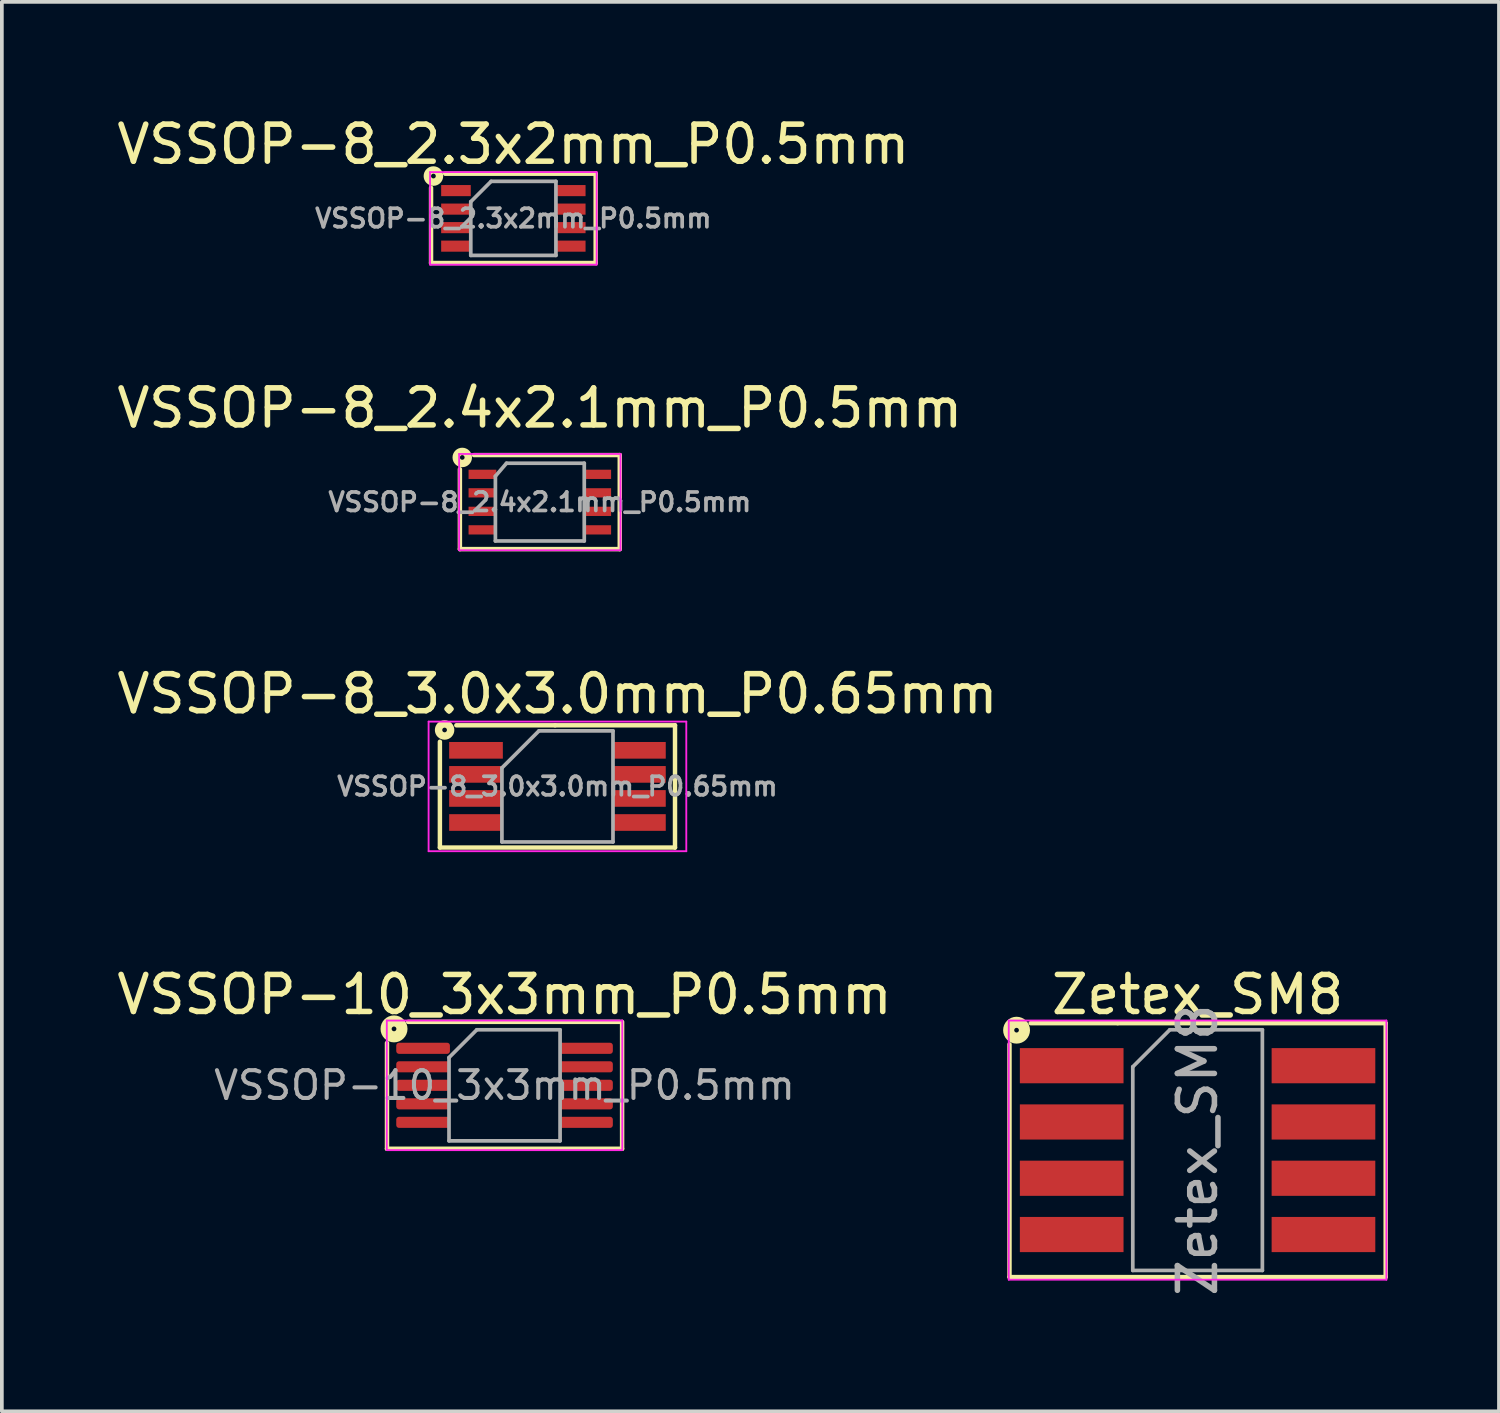
<source format=kicad_pcb>
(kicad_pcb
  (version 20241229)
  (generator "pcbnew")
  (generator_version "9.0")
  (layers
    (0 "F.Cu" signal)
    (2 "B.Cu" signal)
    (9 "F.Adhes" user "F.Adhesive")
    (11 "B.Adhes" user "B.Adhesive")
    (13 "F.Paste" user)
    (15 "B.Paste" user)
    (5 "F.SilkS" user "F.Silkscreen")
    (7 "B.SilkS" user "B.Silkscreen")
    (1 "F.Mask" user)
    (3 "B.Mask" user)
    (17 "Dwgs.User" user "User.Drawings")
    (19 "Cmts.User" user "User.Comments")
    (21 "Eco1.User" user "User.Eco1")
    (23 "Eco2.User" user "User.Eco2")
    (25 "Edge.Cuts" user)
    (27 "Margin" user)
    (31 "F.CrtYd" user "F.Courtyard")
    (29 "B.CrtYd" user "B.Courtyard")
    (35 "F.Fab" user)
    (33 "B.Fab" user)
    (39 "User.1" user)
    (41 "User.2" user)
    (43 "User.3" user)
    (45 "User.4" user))
  (footprint "VSSOP-8_2.3x2mm_P0.5mm"
    (layer "F.Cu")
    (at 10.815 2.848)
    (property "Reference" "VSSOP-8_2.3x2mm_P0.5mm" (at 0 -2 0) (layer "F.SilkS") (effects (font (size 1 1) (thickness 0.15))))
    (attr smd)
    (fp_line (start -2.223 -0.826) (end -2.223 1.206) (stroke (width 0.12) (type solid)) (layer "F.SilkS"))
    (fp_line (start -2.223 1.206) (end 2.223 1.206) (stroke (width 0.12) (type solid)) (layer "F.SilkS"))
    (fp_line (start 2.223 -1.206) (end -1.841 -1.206) (stroke (width 0.12) (type solid)) (layer "F.SilkS"))
    (fp_line (start 2.223 1.206) (end 2.223 -1.206) (stroke (width 0.12) (type solid)) (layer "F.SilkS"))
    (fp_circle (center -2.159 -1.143) (end -2.095 -1.143) (stroke (width 0.2) (type solid)) (fill no) (layer "F.SilkS"))
    (fp_line (start -2.25 -1.25) (end 2.25 -1.25) (stroke (width 0.05) (type solid)) (layer "F.CrtYd"))
    (fp_line (start -2.25 1.25) (end -2.25 -1.25) (stroke (width 0.05) (type solid)) (layer "F.CrtYd"))
    (fp_line (start 2.25 -1.25) (end 2.25 1.25) (stroke (width 0.05) (type solid)) (layer "F.CrtYd"))
    (fp_line (start 2.25 1.25) (end -2.25 1.25) (stroke (width 0.05) (type solid)) (layer "F.CrtYd"))
    (fp_line (start -1.15 1) (end -1.15 -0.45) (stroke (width 0.1) (type solid)) (layer "F.Fab"))
    (fp_line (start -0.6 -1) (end -1.15 -0.45) (stroke (width 0.1) (type solid)) (layer "F.Fab"))
    (fp_line (start -0.6 -1) (end 1.15 -1) (stroke (width 0.1) (type solid)) (layer "F.Fab"))
    (fp_line (start 1.15 -1) (end 1.15 1) (stroke (width 0.1) (type solid)) (layer "F.Fab"))
    (fp_line (start 1.15 1) (end -1.15 1) (stroke (width 0.1) (type solid)) (layer "F.Fab"))
    (fp_text user "${REFERENCE}" (at 0 0 0) (layer "F.Fab") (effects (font (size 0.5 0.5) (thickness 0.1))))
    (pad "1" smd rect (at -1.55 -0.75 270) (size 0.3 0.8) (layers "F.Cu" "F.Mask" "F.Paste"))
    (pad "2" smd rect (at -1.55 -0.25 270) (size 0.3 0.8) (layers "F.Cu" "F.Mask" "F.Paste"))
    (pad "3" smd rect (at -1.55 0.25 270) (size 0.3 0.8) (layers "F.Cu" "F.Mask" "F.Paste"))
    (pad "4" smd rect (at -1.55 0.75 270) (size 0.3 0.8) (layers "F.Cu" "F.Mask" "F.Paste"))
    (pad "5" smd rect (at 1.55 0.75 270) (size 0.3 0.8) (layers "F.Cu" "F.Mask" "F.Paste"))
    (pad "6" smd rect (at 1.55 0.25 270) (size 0.3 0.8) (layers "F.Cu" "F.Mask" "F.Paste"))
    (pad "7" smd rect (at 1.55 -0.25 270) (size 0.3 0.8) (layers "F.Cu" "F.Mask" "F.Paste"))
    (pad "8" smd rect (at 1.55 -0.75 270) (size 0.3 0.8) (layers "F.Cu" "F.Mask" "F.Paste")))
  (footprint "VSSOP-8_2.4x2.1mm_P0.5mm"
    (layer "F.Cu")
    (at 11.53 10.511)
    (property "Reference" "VSSOP-8_2.4x2.1mm_P0.5mm" (at 0 -2.54 0) (layer "F.SilkS") (effects (font (size 1 1) (thickness 0.15))))
    (attr smd)
    (fp_line (start -2.159 -0.889) (end -2.159 1.27) (stroke (width 0.12) (type solid)) (layer "F.SilkS"))
    (fp_line (start -2.159 1.27) (end 2.159 1.27) (stroke (width 0.12) (type solid)) (layer "F.SilkS"))
    (fp_line (start 2.159 -1.27) (end -1.778 -1.27) (stroke (width 0.12) (type solid)) (layer "F.SilkS"))
    (fp_line (start 2.159 1.27) (end 2.159 -1.27) (stroke (width 0.12) (type solid)) (layer "F.SilkS"))
    (fp_circle (center -2.095 -1.206) (end -2.032 -1.206) (stroke (width 0.2) (type solid)) (fill no) (layer "F.SilkS"))
    (fp_line (start -2.18 -1.3) (end 2.18 -1.3) (stroke (width 0.05) (type solid)) (layer "F.CrtYd"))
    (fp_line (start -2.18 1.3) (end -2.18 -1.3) (stroke (width 0.05) (type solid)) (layer "F.CrtYd"))
    (fp_line (start 2.18 -1.3) (end 2.18 1.3) (stroke (width 0.05) (type solid)) (layer "F.CrtYd"))
    (fp_line (start 2.18 1.3) (end -2.18 1.3) (stroke (width 0.05) (type solid)) (layer "F.CrtYd"))
    (fp_line (start -1.2 -0.7) (end -1.2 1.05) (stroke (width 0.1) (type solid)) (layer "F.Fab"))
    (fp_line (start -1.2 1.05) (end 1.2 1.05) (stroke (width 0.1) (type solid)) (layer "F.Fab"))
    (fp_line (start -0.9 -1.05) (end -1.2 -0.7) (stroke (width 0.1) (type solid)) (layer "F.Fab"))
    (fp_line (start 1.2 -1.05) (end -0.9 -1.05) (stroke (width 0.1) (type solid)) (layer "F.Fab"))
    (fp_line (start 1.2 1.05) (end 1.2 -1.05) (stroke (width 0.1) (type solid)) (layer "F.Fab"))
    (fp_text user "${REFERENCE}" (at 0 0 0) (layer "F.Fab") (effects (font (size 0.5 0.5) (thickness 0.1))))
    (pad "1" smd rect (at -1.55 -0.75) (size 0.75 0.25) (layers "F.Cu" "F.Mask" "F.Paste"))
    (pad "2" smd rect (at -1.55 -0.25) (size 0.75 0.25) (layers "F.Cu" "F.Mask" "F.Paste"))
    (pad "3" smd rect (at -1.55 0.25) (size 0.75 0.25) (layers "F.Cu" "F.Mask" "F.Paste"))
    (pad "4" smd rect (at -1.55 0.75) (size 0.75 0.25) (layers "F.Cu" "F.Mask" "F.Paste"))
    (pad "5" smd rect (at 1.55 0.75) (size 0.75 0.25) (layers "F.Cu" "F.Mask" "F.Paste"))
    (pad "6" smd rect (at 1.55 0.25) (size 0.75 0.25) (layers "F.Cu" "F.Mask" "F.Paste"))
    (pad "7" smd rect (at 1.55 -0.25) (size 0.75 0.25) (layers "F.Cu" "F.Mask" "F.Paste"))
    (pad "8" smd rect (at 1.55 -0.75) (size 0.75 0.25) (layers "F.Cu" "F.Mask" "F.Paste")))
  (footprint "VSSOP-10_3x3mm_P0.5mm"
    (layer "F.Cu")
    (at 10.577 26.263)
    (property "Reference" "VSSOP-10_3x3mm_P0.5mm" (at 0 -2.45 0) (layer "F.SilkS") (effects (font (size 1 1) (thickness 0.15))))
    (attr smd)
    (fp_line (start -3.175 -1.143) (end -3.175 1.714) (stroke (width 0.12) (type solid)) (layer "F.SilkS"))
    (fp_line (start -3.175 1.714) (end 3.175 1.714) (stroke (width 0.12) (type solid)) (layer "F.SilkS"))
    (fp_line (start 3.111 -1.714) (end -2.603 -1.714) (stroke (width 0.12) (type solid)) (layer "F.SilkS"))
    (fp_line (start 3.175 1.714) (end 3.175 -1.714) (stroke (width 0.12) (type solid)) (layer "F.SilkS"))
    (fp_circle (center -2.985 -1.524) (end -2.921 -1.524) (stroke (width 0.3) (type solid)) (fill no) (layer "F.SilkS"))
    (fp_line (start -3.18 -1.75) (end -3.18 1.75) (stroke (width 0.05) (type solid)) (layer "F.CrtYd"))
    (fp_line (start -3.18 1.75) (end 3.18 1.75) (stroke (width 0.05) (type solid)) (layer "F.CrtYd"))
    (fp_line (start 3.18 -1.75) (end -3.18 -1.75) (stroke (width 0.05) (type solid)) (layer "F.CrtYd"))
    (fp_line (start 3.18 1.75) (end 3.18 -1.75) (stroke (width 0.05) (type solid)) (layer "F.CrtYd"))
    (fp_line (start -1.5 -0.75) (end -0.75 -1.5) (stroke (width 0.1) (type solid)) (layer "F.Fab"))
    (fp_line (start -1.5 1.5) (end -1.5 -0.75) (stroke (width 0.1) (type solid)) (layer "F.Fab"))
    (fp_line (start -0.75 -1.5) (end 1.5 -1.5) (stroke (width 0.1) (type solid)) (layer "F.Fab"))
    (fp_line (start 1.5 -1.5) (end 1.5 1.5) (stroke (width 0.1) (type solid)) (layer "F.Fab"))
    (fp_line (start 1.5 1.5) (end -1.5 1.5) (stroke (width 0.1) (type solid)) (layer "F.Fab"))
    (fp_text user "${REFERENCE}" (at 0 0 0) (layer "F.Fab") (effects (font (size 0.75 0.75) (thickness 0.11))))
    (pad "1" smd roundrect (at -2.2 -1) (size 1.45 0.3) (layers "F.Cu" "F.Mask" "F.Paste") (roundrect_rratio 0.25))
    (pad "2" smd roundrect (at -2.2 -0.5) (size 1.45 0.3) (layers "F.Cu" "F.Mask" "F.Paste") (roundrect_rratio 0.25))
    (pad "3" smd roundrect (at -2.2 0) (size 1.45 0.3) (layers "F.Cu" "F.Mask" "F.Paste") (roundrect_rratio 0.25))
    (pad "4" smd roundrect (at -2.2 0.5) (size 1.45 0.3) (layers "F.Cu" "F.Mask" "F.Paste") (roundrect_rratio 0.25))
    (pad "5" smd roundrect (at -2.2 1) (size 1.45 0.3) (layers "F.Cu" "F.Mask" "F.Paste") (roundrect_rratio 0.25))
    (pad "6" smd roundrect (at 2.2 1) (size 1.45 0.3) (layers "F.Cu" "F.Mask" "F.Paste") (roundrect_rratio 0.25))
    (pad "7" smd roundrect (at 2.2 0.5) (size 1.45 0.3) (layers "F.Cu" "F.Mask" "F.Paste") (roundrect_rratio 0.25))
    (pad "8" smd roundrect (at 2.2 0) (size 1.45 0.3) (layers "F.Cu" "F.Mask" "F.Paste") (roundrect_rratio 0.25))
    (pad "9" smd roundrect (at 2.2 -0.5) (size 1.45 0.3) (layers "F.Cu" "F.Mask" "F.Paste") (roundrect_rratio 0.25))
    (pad "10" smd roundrect (at 2.2 -1) (size 1.45 0.3) (layers "F.Cu" "F.Mask" "F.Paste") (roundrect_rratio 0.25)))
  (footprint "VSSOP-8_3.0x3.0mm_P0.65mm"
    (layer "F.Cu")
    (at 12.006 18.19)
    (property "Reference" "VSSOP-8_3.0x3.0mm_P0.65mm" (at 0 -2.5 0) (layer "F.SilkS") (effects (font (size 1 1) (thickness 0.15))))
    (attr smd)
    (fp_line (start -3.175 1.651) (end -3.175 -1.206) (stroke (width 0.12) (type solid)) (layer "F.SilkS"))
    (fp_line (start -3.175 1.651) (end 3.175 1.651) (stroke (width 0.12) (type solid)) (layer "F.SilkS"))
    (fp_line (start -0.064 -1.651) (end -2.731 -1.651) (stroke (width 0.12) (type solid)) (layer "F.SilkS"))
    (fp_line (start 3.175 -1.651) (end -0.064 -1.651) (stroke (width 0.12) (type solid)) (layer "F.SilkS"))
    (fp_line (start 3.175 1.651) (end 3.175 -1.651) (stroke (width 0.12) (type solid)) (layer "F.SilkS"))
    (fp_circle (center -3.048 -1.524) (end -2.985 -1.524) (stroke (width 0.2) (type solid)) (fill no) (layer "F.SilkS"))
    (fp_line (start -3.48 -1.75) (end 3.48 -1.75) (stroke (width 0.05) (type solid)) (layer "F.CrtYd"))
    (fp_line (start -3.48 1.75) (end -3.48 -1.75) (stroke (width 0.05) (type solid)) (layer "F.CrtYd"))
    (fp_line (start 3.48 -1.75) (end 3.48 1.75) (stroke (width 0.05) (type solid)) (layer "F.CrtYd"))
    (fp_line (start 3.48 1.75) (end -3.48 1.75) (stroke (width 0.05) (type solid)) (layer "F.CrtYd"))
    (fp_line (start -1.5 1.5) (end -1.5 -0.5) (stroke (width 0.1) (type solid)) (layer "F.Fab"))
    (fp_line (start -0.5 -1.5) (end -1.5 -0.5) (stroke (width 0.1) (type solid)) (layer "F.Fab"))
    (fp_line (start -0.5 -1.5) (end 1.5 -1.5) (stroke (width 0.1) (type solid)) (layer "F.Fab"))
    (fp_line (start 1.5 -1.5) (end 1.5 1.5) (stroke (width 0.1) (type solid)) (layer "F.Fab"))
    (fp_line (start 1.5 1.5) (end -1.5 1.5) (stroke (width 0.1) (type solid)) (layer "F.Fab"))
    (fp_text user "${REFERENCE}" (at 0 0 0) (layer "F.Fab") (effects (font (size 0.5 0.5) (thickness 0.1))))
    (pad "1" smd rect (at -2.2 -0.975 270) (size 0.45 1.45) (layers "F.Cu" "F.Mask" "F.Paste"))
    (pad "2" smd rect (at -2.2 -0.325 270) (size 0.45 1.45) (layers "F.Cu" "F.Mask" "F.Paste"))
    (pad "3" smd rect (at -2.2 0.325 270) (size 0.45 1.45) (layers "F.Cu" "F.Mask" "F.Paste"))
    (pad "4" smd rect (at -2.2 0.975 270) (size 0.45 1.45) (layers "F.Cu" "F.Mask" "F.Paste"))
    (pad "5" smd rect (at 2.2 0.975 270) (size 0.45 1.45) (layers "F.Cu" "F.Mask" "F.Paste"))
    (pad "6" smd rect (at 2.2 0.325 270) (size 0.45 1.45) (layers "F.Cu" "F.Mask" "F.Paste"))
    (pad "7" smd rect (at 2.2 -0.325 270) (size 0.45 1.45) (layers "F.Cu" "F.Mask" "F.Paste"))
    (pad "8" smd rect (at 2.2 -0.975 270) (size 0.45 1.45) (layers "F.Cu" "F.Mask" "F.Paste")))
  (footprint "Zetex_SM8"
    (layer "F.Cu")
    (at 29.295 28.013)
    (property "Reference" "Zetex_SM8" (at 0 -4.2 0) (layer "F.SilkS") (effects (font (size 1 1) (thickness 0.15))))
    (attr smd)
    (fp_line (start -5.08 3.429) (end -5.08 -2.857) (stroke (width 0.12) (type solid)) (layer "F.SilkS"))
    (fp_line (start -5.08 3.429) (end 5.08 3.429) (stroke (width 0.12) (type solid)) (layer "F.SilkS"))
    (fp_line (start -2.159 -3.429) (end -4.508 -3.429) (stroke (width 0.12) (type solid)) (layer "F.SilkS"))
    (fp_line (start 5.08 -3.429) (end -2.159 -3.429) (stroke (width 0.12) (type solid)) (layer "F.SilkS"))
    (fp_line (start 5.08 3.429) (end 5.08 -3.429) (stroke (width 0.12) (type solid)) (layer "F.SilkS"))
    (fp_circle (center -4.889 -3.239) (end -4.826 -3.239) (stroke (width 0.3) (type solid)) (fill no) (layer "F.SilkS"))
    (fp_line (start -5.1 -3.5) (end -5.1 3.5) (stroke (width 0.05) (type solid)) (layer "F.CrtYd"))
    (fp_line (start -5.1 -3.5) (end 5.1 -3.5) (stroke (width 0.05) (type solid)) (layer "F.CrtYd"))
    (fp_line (start -5.1 3.5) (end 5.1 3.5) (stroke (width 0.05) (type solid)) (layer "F.CrtYd"))
    (fp_line (start 5.1 -3.5) (end 5.1 3.5) (stroke (width 0.05) (type solid)) (layer "F.CrtYd"))
    (fp_line (start -1.75 -2.25) (end -0.75 -3.25) (stroke (width 0.1) (type solid)) (layer "F.Fab"))
    (fp_line (start -1.75 3.25) (end -1.75 -2.25) (stroke (width 0.1) (type solid)) (layer "F.Fab"))
    (fp_line (start -0.75 -3.25) (end 1.75 -3.25) (stroke (width 0.1) (type solid)) (layer "F.Fab"))
    (fp_line (start 1.75 -3.25) (end 1.75 3.25) (stroke (width 0.1) (type solid)) (layer "F.Fab"))
    (fp_line (start 1.75 3.25) (end -1.75 3.25) (stroke (width 0.1) (type solid)) (layer "F.Fab"))
    (fp_text user "${REFERENCE}" (at 0 0 90) (layer "F.Fab") (effects (font (size 1 1) (thickness 0.15))))
    (pad "1" smd rect (at -3.4 -2.28) (size 2.8 0.95) (layers "F.Cu" "F.Mask" "F.Paste"))
    (pad "2" smd rect (at -3.4 -0.76) (size 2.8 0.95) (layers "F.Cu" "F.Mask" "F.Paste"))
    (pad "3" smd rect (at -3.4 0.76) (size 2.8 0.95) (layers "F.Cu" "F.Mask" "F.Paste"))
    (pad "4" smd rect (at -3.4 2.28) (size 2.8 0.95) (layers "F.Cu" "F.Mask" "F.Paste"))
    (pad "5" smd rect (at 3.4 2.28) (size 2.8 0.95) (layers "F.Cu" "F.Mask" "F.Paste"))
    (pad "6" smd rect (at 3.4 0.76) (size 2.8 0.95) (layers "F.Cu" "F.Mask" "F.Paste"))
    (pad "7" smd rect (at 3.4 -0.76) (size 2.8 0.95) (layers "F.Cu" "F.Mask" "F.Paste"))
    (pad "8" smd rect (at 3.4 -2.28) (size 2.8 0.95) (layers "F.Cu" "F.Mask" "F.Paste")))
  (gr_rect
    (start -3 -3)
    (end 37.435 35.067)
    (stroke (width 0.1) (type default))
    (fill no)
    (layer "Edge.Cuts")))
</source>
